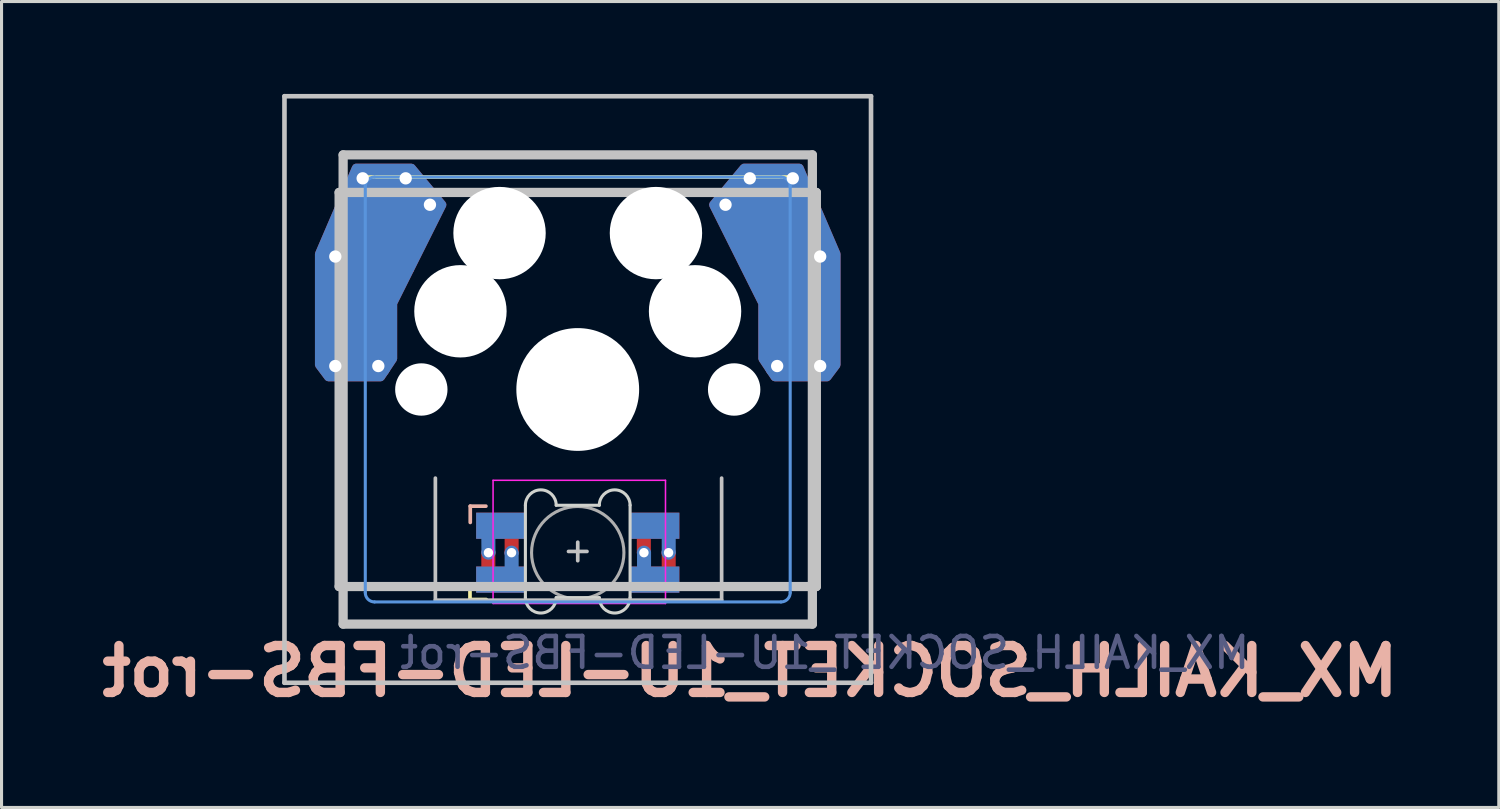
<source format=kicad_pcb>
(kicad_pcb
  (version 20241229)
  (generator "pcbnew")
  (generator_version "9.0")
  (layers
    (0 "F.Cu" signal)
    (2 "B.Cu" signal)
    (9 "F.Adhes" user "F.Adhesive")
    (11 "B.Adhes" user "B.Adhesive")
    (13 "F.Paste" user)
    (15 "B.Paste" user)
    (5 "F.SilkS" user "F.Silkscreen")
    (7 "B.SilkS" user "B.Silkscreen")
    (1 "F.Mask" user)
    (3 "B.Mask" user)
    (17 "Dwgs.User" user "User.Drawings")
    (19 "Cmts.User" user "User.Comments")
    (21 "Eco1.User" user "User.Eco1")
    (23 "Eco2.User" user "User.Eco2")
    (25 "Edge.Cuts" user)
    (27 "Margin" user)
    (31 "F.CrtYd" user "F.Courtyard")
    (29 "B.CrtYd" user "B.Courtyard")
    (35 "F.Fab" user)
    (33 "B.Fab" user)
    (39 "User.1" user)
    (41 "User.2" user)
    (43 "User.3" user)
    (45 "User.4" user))
  (footprint "MX_KAILH_SOCKET_1U-LED-FBS-rot"
    (layer "F.Cu")
    (at 15.714 9.6)
    (property "Reference" "MX_KAILH_SOCKET_1U-LED-FBS-rot" (at 5.6 9.15 0) (layer "B.SilkS") (effects (font (size 1.524 1.524) (thickness 0.305)) (justify mirror)))
    (attr through_hole)
    (fp_poly (pts (xy -1.75 4.8) (xy -3.25 4.8) (xy -3.25 4.05) (xy -1.75 4.05)) (stroke (width 0.1) (type solid)) (fill yes) (layer "F.Mask"))
    (fp_poly (pts (xy 3.25 4.8) (xy 1.75 4.8) (xy 1.75 4.05) (xy 3.25 4.05)) (stroke (width 0.1) (type solid)) (fill yes) (layer "F.Mask"))
    (fp_poly (pts (xy 3.25 6.55) (xy 1.75 6.55) (xy 1.75 5.8) (xy 3.25 5.8)) (stroke (width 0.1) (type solid)) (fill yes) (layer "F.Mask"))
    (fp_poly (pts (xy -1.75 6.55) (xy -2.85 6.55) (xy -3.25 6.15) (xy -3.25 5.8) (xy -1.75 5.8)) (stroke (width 0.1) (type solid)) (fill yes) (layer "F.Mask"))
    (fp_poly (pts (xy -1.75 6.55) (xy -3.25 6.55) (xy -3.25 5.8) (xy -1.75 5.8)) (stroke (width 0.1) (type solid)) (fill yes) (layer "B.Mask"))
    (fp_poly (pts (xy 3.25 4.8) (xy 1.75 4.8) (xy 1.75 4.05) (xy 3.25 4.05)) (stroke (width 0.1) (type solid)) (fill yes) (layer "B.Mask"))
    (fp_poly (pts (xy 3.25 6.55) (xy 1.75 6.55) (xy 1.75 5.8) (xy 3.25 5.8)) (stroke (width 0.1) (type solid)) (fill yes) (layer "B.Mask"))
    (fp_poly (pts (xy -1.75 4.8) (xy -3.25 4.8) (xy -3.25 4.475) (xy -2.85 4.05) (xy -1.75 4.05)) (stroke (width 0.1) (type solid)) (fill yes) (layer "B.Mask"))
    (fp_line (start -3.5 6.313) (end -3.5 6.821) (stroke (width 0.12) (type solid)) (layer "F.SilkS"))
    (fp_line (start -3.5 6.821) (end -2.972 6.821) (stroke (width 0.12) (type solid)) (layer "F.SilkS"))
    (fp_line (start 6.9 -6.9) (end -6.9 -6.9) (stroke (width 0.12) (type solid)) (layer "F.SilkS"))
    (fp_line (start -3.491 3.789) (end -3.491 4.317) (stroke (width 0.12) (type solid)) (layer "B.SilkS"))
    (fp_line (start -2.983 3.789) (end -3.491 3.789) (stroke (width 0.12) (type solid)) (layer "B.SilkS"))
    (fp_line (start -9.525 -9.525) (end 9.525 -9.525) (stroke (width 0.15) (type solid)) (layer "Dwgs.User"))
    (fp_line (start -9.525 9.525) (end -9.525 -9.525) (stroke (width 0.15) (type solid)) (layer "Dwgs.User"))
    (fp_line (start -7.75 6.4) (end -7.75 -6.4) (stroke (width 0.3) (type solid)) (layer "Dwgs.User"))
    (fp_line (start -7.75 6.4) (end 7.75 6.4) (stroke (width 0.3) (type solid)) (layer "Dwgs.User"))
    (fp_line (start -7.62 -7.62) (end 7.62 -7.62) (stroke (width 0.3) (type solid)) (layer "Dwgs.User"))
    (fp_line (start -7.62 7.62) (end -7.62 -7.62) (stroke (width 0.3) (type solid)) (layer "Dwgs.User"))
    (fp_line (start -4.624 6.842) (end -4.624 2.879) (stroke (width 0.12) (type solid)) (layer "Dwgs.User"))
    (fp_line (start -4.624 6.842) (end 4.673 6.842) (stroke (width 0.12) (type solid)) (layer "Dwgs.User"))
    (fp_line (start 0 4.96) (end 0 5.56) (stroke (width 0.12) (type solid)) (layer "Dwgs.User"))
    (fp_line (start 0.3 5.26) (end -0.3 5.26) (stroke (width 0.12) (type solid)) (layer "Dwgs.User"))
    (fp_line (start 4.673 6.842) (end 4.673 2.879) (stroke (width 0.12) (type solid)) (layer "Dwgs.User"))
    (fp_line (start 7.62 -7.62) (end 7.62 7.62) (stroke (width 0.3) (type solid)) (layer "Dwgs.User"))
    (fp_line (start 7.62 7.62) (end -7.62 7.62) (stroke (width 0.3) (type solid)) (layer "Dwgs.User"))
    (fp_line (start 7.75 -6.4) (end -7.75 -6.4) (stroke (width 0.3) (type solid)) (layer "Dwgs.User"))
    (fp_line (start 7.75 6.4) (end 7.75 -6.4) (stroke (width 0.3) (type solid)) (layer "Dwgs.User"))
    (fp_line (start 9.525 -9.525) (end 9.525 9.525) (stroke (width 0.15) (type solid)) (layer "Dwgs.User"))
    (fp_line (start 9.525 9.525) (end -9.525 9.525) (stroke (width 0.15) (type solid)) (layer "Dwgs.User"))
    (fp_line (start -6.9 -6.6) (end -6.9 6.6) (stroke (width 0.1) (type solid)) (layer "Cmts.User"))
    (fp_line (start -6.6 6.9) (end 6.6 6.9) (stroke (width 0.1) (type solid)) (layer "Cmts.User"))
    (fp_line (start 6.6 -6.9) (end -6.6 -6.9) (stroke (width 0.1) (type solid)) (layer "Cmts.User"))
    (fp_line (start 6.9 6.6) (end 6.9 -6.6) (stroke (width 0.1) (type solid)) (layer "Cmts.User"))
    (fp_arc (start -6.9 -6.6) (mid -6.812132 -6.812132) (end -6.6 -6.9) (stroke (width 0.1) (type solid)) (layer "Cmts.User"))
    (fp_arc (start -6.6 6.9) (mid -6.812132 6.812132) (end -6.9 6.6) (stroke (width 0.1) (type solid)) (layer "Cmts.User"))
    (fp_arc (start 6.6 -6.9) (mid 6.812132 -6.812132) (end 6.9 -6.6) (stroke (width 0.1) (type solid)) (layer "Cmts.User"))
    (fp_arc (start 6.9 6.6) (mid 6.812132 6.812132) (end 6.6 6.9) (stroke (width 0.1) (type solid)) (layer "Cmts.User"))
    (fp_line (start -6.95 -6.65) (end -6.95 6.65) (stroke (width 0.1) (type solid)) (layer "Eco1.User"))
    (fp_line (start -6.65 6.95) (end 6.65 6.95) (stroke (width 0.1) (type solid)) (layer "Eco1.User"))
    (fp_line (start 6.65 -6.95) (end -6.65 -6.95) (stroke (width 0.1) (type solid)) (layer "Eco1.User"))
    (fp_line (start 6.95 -6.65) (end 6.95 6.65) (stroke (width 0.1) (type solid)) (layer "Eco1.User"))
    (fp_arc (start -6.95 -6.65) (mid -6.862132 -6.862132) (end -6.65 -6.95) (stroke (width 0.1) (type solid)) (layer "Eco1.User"))
    (fp_arc (start -6.65 6.95) (mid -6.862132 6.862132) (end -6.95 6.65) (stroke (width 0.1) (type solid)) (layer "Eco1.User"))
    (fp_arc (start 6.65 -6.95) (mid 6.862132 -6.862132) (end 6.95 -6.65) (stroke (width 0.1) (type solid)) (layer "Eco1.User"))
    (fp_arc (start 6.95 6.65) (mid 6.862132 6.862132) (end 6.65 6.95) (stroke (width 0.1) (type solid)) (layer "Eco1.User"))
    (fp_line (start -9 -9) (end 9 -9) (stroke (width 0.12) (type solid)) (layer "Eco2.User"))
    (fp_line (start -9 9) (end -9 -9) (stroke (width 0.12) (type solid)) (layer "Eco2.User"))
    (fp_line (start 9 -9) (end 9 9) (stroke (width 0.12) (type solid)) (layer "Eco2.User"))
    (fp_line (start 9 9) (end -9 9) (stroke (width 0.12) (type solid)) (layer "Eco2.User"))
    (fp_line (start -1.7 3.76) (end -1.7 6.76) (stroke (width 0.1) (type solid)) (layer "Edge.Cuts"))
    (fp_line (start 0.7 3.76) (end -0.7 3.76) (stroke (width 0.1) (type solid)) (layer "Edge.Cuts"))
    (fp_line (start 0.7 6.76) (end -0.7 6.76) (stroke (width 0.1) (type solid)) (layer "Edge.Cuts"))
    (fp_line (start 1.7 6.76) (end 1.7 3.76) (stroke (width 0.1) (type solid)) (layer "Edge.Cuts"))
    (fp_arc (start -1.7 3.76) (mid -1.2 3.26) (end -0.7 3.76) (stroke (width 0.1) (type solid)) (layer "Edge.Cuts"))
    (fp_arc (start -0.7 6.76) (mid -1.2 7.26) (end -1.7 6.76) (stroke (width 0.1) (type solid)) (layer "Edge.Cuts"))
    (fp_arc (start 0.7 3.76) (mid 1.2 3.26) (end 1.7 3.76) (stroke (width 0.1) (type solid)) (layer "Edge.Cuts"))
    (fp_arc (start 1.7 6.76) (mid 1.2 7.26) (end 0.7 6.76) (stroke (width 0.1) (type solid)) (layer "Edge.Cuts"))
    (fp_line (start -2.75 2.95) (end -2.75 6.95) (stroke (width 0.05) (type solid)) (layer "F.CrtYd"))
    (fp_line (start -2.75 6.95) (end 2.85 6.95) (stroke (width 0.05) (type solid)) (layer "F.CrtYd"))
    (fp_line (start 2.85 2.95) (end -2.75 2.95) (stroke (width 0.05) (type solid)) (layer "F.CrtYd"))
    (fp_line (start 2.85 6.95) (end 2.85 2.95) (stroke (width 0.05) (type solid)) (layer "F.CrtYd"))
    (fp_circle (center 0 5.3) (end 0 6.8) (stroke (width 0.1) (type solid)) (fill no) (layer "F.Fab"))
    (fp_text user "${REFERENCE}" (at 8.025 8.55 0) (layer "B.Fab") (effects (font (size 1 1) (thickness 0.15)) (justify mirror)))
    (pad "" np_thru_hole circle (at -5.08 0) (size 1.7 1.7) (drill 1.7) (layers "*.Cu" "*.Mask"))
    (pad "" np_thru_hole circle (at -3.81 -2.54) (size 3 3) (drill 3) (layers "*.Cu" "*.Mask"))
    (pad "" np_thru_hole circle (at -2.54 -5.08) (size 3 3) (drill 3) (layers "*.Cu" "*.Mask"))
    (pad "" np_thru_hole circle (at 0 0) (size 3.988 3.988) (drill 3.988) (layers "*.Cu" "*.Mask"))
    (pad "" np_thru_hole circle (at 2.54 -5.08) (size 3 3) (drill 3) (layers "*.Cu" "*.Mask"))
    (pad "" np_thru_hole circle (at 3.81 -2.54) (size 3 3) (drill 3) (layers "*.Cu" "*.Mask"))
    (pad "" np_thru_hole circle (at 5.08 0) (size 1.702 1.702) (drill 1.702) (layers "*.Cu" "*.Mask"))
    (pad "1" thru_hole circle (at 2.15 5.3) (size 0.457 0.457) (drill 0.305) (layers "*.Cu"))
    (pad "1" smd custom (at 2.5 4.425 180) (size 1.6 0.85) (layers "F.Cu") (options (anchor rect)) (primitives (gr_poly (pts (xy 0.531 -0.275) (xy 0.175 -0.275) (xy 0.175 -0.898) (xy 0.531 -0.898)) (width 0.1) (fill yes))))
    (pad "1" smd custom (at 2.5 6.175 180) (size 1.6 0.85) (layers "B.Cu") (options (anchor rect)) (primitives (gr_poly (pts (xy 0.525 0.896) (xy 0.169 0.896) (xy 0.169 0.325) (xy 0.525 0.325)) (width 0.1) (fill yes))))
    (pad "2" smd custom (at 2.5 4.425) (size 1.6 0.85) (layers "B.Cu") (options (anchor rect)) (primitives (gr_poly (pts (xy 0.632 0.888) (xy 0.277 0.888) (xy 0.277 0.325) (xy 0.632 0.325)) (width 0.1) (fill yes))))
    (pad "2" smd custom (at 2.5 6.175) (size 1.6 0.85) (layers "F.Cu") (options (anchor rect)) (primitives (gr_poly (pts (xy 0.632 -0.296) (xy 0.277 -0.296) (xy 0.277 -0.869) (xy 0.632 -0.869)) (width 0.1) (fill yes))))
    (pad "2" thru_hole circle (at 2.95 5.3) (size 0.457 0.457) (drill 0.305) (layers "*.Cu"))
    (pad "3" thru_hole circle (at -2.9 5.3) (size 0.457 0.457) (drill 0.305) (layers "*.Cu"))
    (pad "3" smd custom (at -2.5 4.425) (size 1.6 0.85) (layers "B.Cu") (options (anchor rect)) (primitives (gr_poly (pts (xy -0.222 0.888) (xy -0.578 0.888) (xy -0.582 0.325) (xy -0.226 0.325)) (width 0.1) (fill yes))))
    (pad "3" smd custom (at -2.5 6.175) (size 1.6 0.85) (layers "F.Cu") (options (anchor rect)) (primitives (gr_poly (pts (xy -0.226 -0.354) (xy -0.582 -0.354) (xy -0.582 -0.887) (xy -0.226 -0.887)) (width 0.1) (fill yes))))
    (pad "4" smd custom (at -2.5 4.425 180) (size 1.6 0.85) (layers "F.Cu") (options (anchor rect)) (primitives (gr_poly (pts (xy -0.175 -0.175) (xy -0.531 -0.178) (xy -0.531 -0.903) (xy -0.175 -0.906)) (width 0.1) (fill yes))))
    (pad "4" smd custom (at -2.5 6.175 180) (size 1.6 0.85) (layers "B.Cu") (options (anchor rect)) (primitives (gr_poly (pts (xy -0.175 0.886) (xy -0.531 0.886) (xy -0.531 0.175) (xy -0.175 0.175)) (width 0.1) (fill yes))))
    (pad "4" thru_hole circle (at -2.15 5.3) (size 0.457 0.457) (drill 0.305) (layers "*.Cu"))
    (pad "5" thru_hole circle (at -7.874 -4.318) (size 0.8 0.8) (drill 0.4) (layers "*.Cu"))
    (pad "5" thru_hole circle (at -7.874 -0.762) (size 0.8 0.8) (drill 0.4) (layers "*.Cu"))
    (pad "5" smd custom (at -7.285 -2.54 180) (size 2.35 2.5) (layers "B.Cu") (options (anchor rect)) (primitives (gr_poly (pts (xy 1.115 -1.74) (xy 1.115 1.86) (xy -0.085 4.66) (xy -1.885 4.66) (xy -2.885 3.46) (xy -1.285 0.26) (xy -1.285 -1.54) (xy -0.885 -2.14) (xy 0.815 -2.14)) (width 0.27) (fill yes))))
    (pad "5" smd rect (at -7.2 -2.54 180) (size 2.35 2.5) (layers "B.Cu" "B.Mask"))
    (pad "5" thru_hole circle (at -6.985 -6.858) (size 0.8 0.8) (drill 0.4) (layers "*.Cu"))
    (pad "5" smd custom (at -6.499 -5.067 180) (size 2.15 2.5) (layers "F.Cu") (options (anchor rect)) (primitives (gr_poly (pts (xy 1.901 -4.267) (xy 1.901 -0.667) (xy 0.701 2.133) (xy -1.099 2.133) (xy -2.099 0.933) (xy -0.499 -2.267) (xy -0.499 -4.067) (xy -0.099 -4.667) (xy 1.601 -4.667)) (width 0.27) (fill yes))))
    (pad "5" thru_hole circle (at -6.477 -0.762) (size 0.8 0.8) (drill 0.4) (layers "*.Cu"))
    (pad "5" smd rect (at -6.399 -5.067 180) (size 2.15 2.5) (layers "F.Cu" "F.Mask"))
    (pad "5" thru_hole circle (at -5.588 -6.858) (size 0.8 0.8) (drill 0.4) (layers "*.Cu"))
    (pad "5" thru_hole circle (at -4.8 -6) (size 0.8 0.8) (drill 0.4) (layers "*.Cu"))
    (pad "6" thru_hole circle (at 4.8 -6) (size 0.8 0.8) (drill 0.4) (layers "*.Cu"))
    (pad "6" thru_hole circle (at 5.588 -6.858) (size 0.8 0.8) (drill 0.4) (layers "*.Cu"))
    (pad "6" smd rect (at 6.425 -5.067) (size 2.15 2.5) (layers "B.Cu" "B.Mask"))
    (pad "6" smd custom (at 6.425 -5.067 180) (size 2.15 2.5) (layers "B.Cu") (options (anchor rect)) (primitives (gr_poly (pts (xy 0.425 -4.067) (xy 0.425 -2.267) (xy 2.025 0.933) (xy 1.025 2.133) (xy -0.775 2.133) (xy -1.975 -0.667) (xy -1.975 -4.267) (xy -1.675 -4.667) (xy 0.025 -4.667)) (width 0.27) (fill yes))))
    (pad "6" thru_hole circle (at 6.477 -0.762) (size 0.8 0.8) (drill 0.4) (layers "*.Cu"))
    (pad "6" thru_hole circle (at 6.985 -6.858) (size 0.8 0.8) (drill 0.4) (layers "*.Cu"))
    (pad "6" smd rect (at 7.212 -2.54) (size 2.35 2.5) (layers "F.Cu" "F.Mask"))
    (pad "6" smd custom (at 7.212 -2.54 180) (size 2.35 2.5) (layers "F.Cu") (options (anchor rect)) (primitives (gr_poly (pts (xy 1.212 -1.54) (xy 1.212 0.26) (xy 2.812 3.46) (xy 1.812 4.66) (xy 0.012 4.66) (xy -1.188 1.86) (xy -1.188 -1.74) (xy -0.888 -2.14) (xy 0.812 -2.14)) (width 0.27) (fill yes))))
    (pad "6" thru_hole circle (at 7.874 -4.318) (size 0.8 0.8) (drill 0.4) (layers "*.Cu"))
    (pad "6" thru_hole circle (at 7.874 -0.762) (size 0.8 0.8) (drill 0.4) (layers "*.Cu")))
  (gr_rect
    (start -3 -3)
    (end 45.628 23.176)
    (stroke (width 0.1) (type default))
    (fill no)
    (layer "Edge.Cuts")))
</source>
